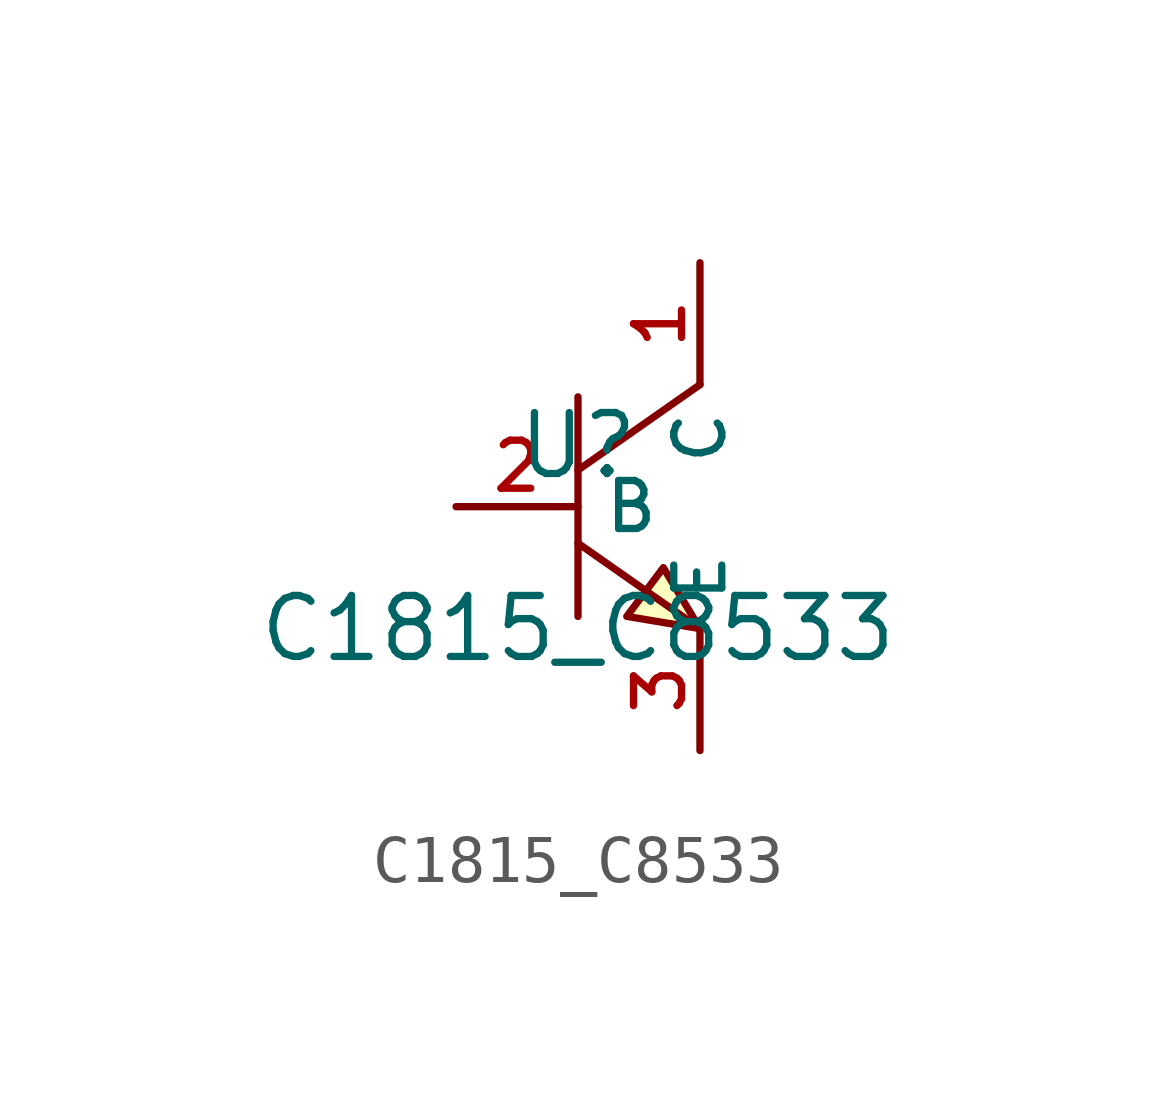
<source format=kicad_sym>
(kicad_symbol_lib
  (version 20210201)
  (generator TousstNicolas/JLC2KiCad_lib)
  (symbol "C1815_C8533"
    (property "Reference" "U"
      (at 0 1.27 0)
      (effects (font (size 1.27 1.27))))
    (property "Value" "C1815_C8533"
      (at 0 -2.54 0)
      (effects (font (size 1.27 1.27))))
    (symbol "C1815_C8533_0_1"
      (pin unspecified line (at 2.54 5.08 270) (length 2.54) (name "C" (effects (font (size 1 1)))) (number "1" (effects (font (size 1 1)))))
      (pin unspecified line (at -2.54 -0.0 0) (length 2.54) (name "B" (effects (font (size 1 1)))) (number "2" (effects (font (size 1 1)))))
      (pin unspecified line (at 2.54 -5.08 90) (length 2.54) (name "E" (effects (font (size 1 1)))) (number "3" (effects (font (size 1 1)))))
      (polyline (pts (xy 2.54 2.54) (xy 0.0 0.762)) (stroke (width 0) (type default) (color 0 0 0 0)) (fill (type none)))
      (polyline (pts (xy 0.0 -0.762) (xy 2.54 -2.54)) (stroke (width 0) (type default) (color 0 0 0 0)) (fill (type none)))
      (polyline (pts (xy 0.0 2.286) (xy 0.0 -2.286)) (stroke (width 0) (type default) (color 0 0 0 0)) (fill (type none)))
      (polyline (pts (xy 2.54 -2.54) (xy 1.778 -1.27) (xy 1.016 -2.286) (xy 2.54 -2.54)) (stroke (width 0) (type default) (color 0 0 0 0)) (fill (type background))))))
</source>
